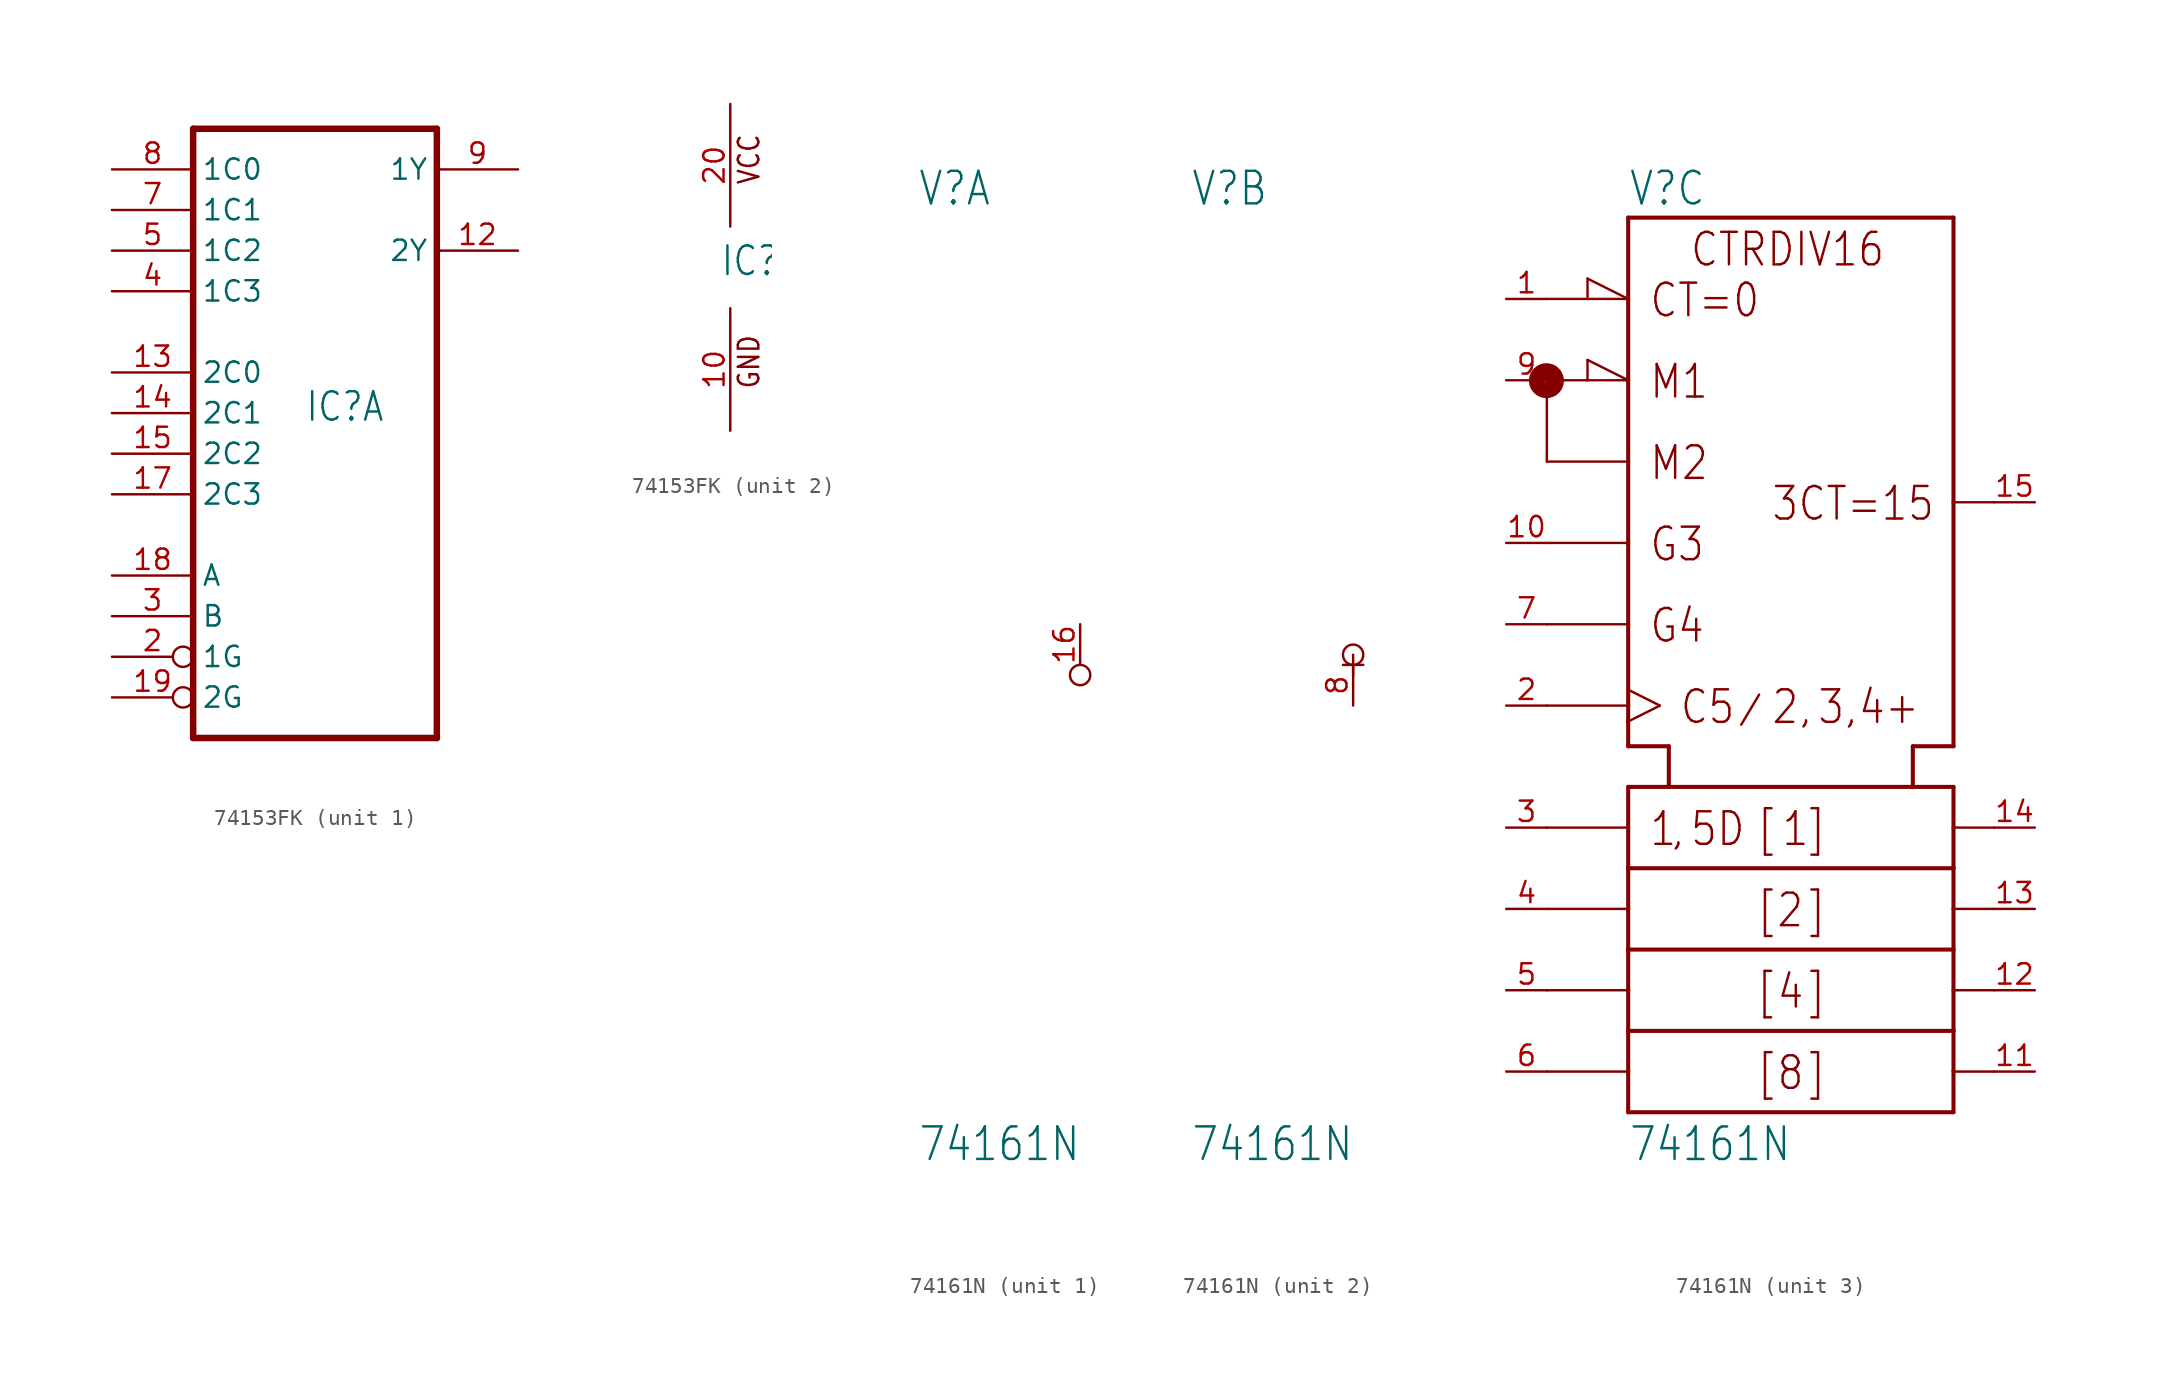
<source format=kicad_sym>
(kicad_symbol_lib
  (version 20211014)
  (generator kicad_symbol_editor)
  (symbol "74153FK"
    (property "Reference" "IC"
      (at -0.635 -0.635 0)
      (effects (font (size 1.778 1.511)) (justify left bottom)))
    (property "ki_locked" ""
      (at 0 0 0)
      (effects (font (size 1.27 1.27))))
    (symbol "74153FK_1_0"
      (polyline (pts (xy -7.62 -20.32) (xy 7.62 -20.32)) (stroke (width 0.406) (type default) (color 0 0 0 0)) (fill (type none)))
      (polyline (pts (xy -7.62 17.78) (xy -7.62 -20.32)) (stroke (width 0.406) (type default) (color 0 0 0 0)) (fill (type none)))
      (polyline (pts (xy 7.62 -20.32) (xy 7.62 17.78)) (stroke (width 0.406) (type default) (color 0 0 0 0)) (fill (type none)))
      (polyline (pts (xy 7.62 17.78) (xy -7.62 17.78)) (stroke (width 0.406) (type default) (color 0 0 0 0)) (fill (type none)))
      (pin output line (at 12.7 10.16 180) (length 5.08) (name "2Y" (effects (font (size 1.27 1.27)))) (number "12" (effects (font (size 1.27 1.27)))))
      (pin input line (at -12.7 2.54 0) (length 5.08) (name "2C0" (effects (font (size 1.27 1.27)))) (number "13" (effects (font (size 1.27 1.27)))))
      (pin input line (at -12.7 0 0) (length 5.08) (name "2C1" (effects (font (size 1.27 1.27)))) (number "14" (effects (font (size 1.27 1.27)))))
      (pin input line (at -12.7 -2.54 0) (length 5.08) (name "2C2" (effects (font (size 1.27 1.27)))) (number "15" (effects (font (size 1.27 1.27)))))
      (pin input line (at -12.7 -5.08 0) (length 5.08) (name "2C3" (effects (font (size 1.27 1.27)))) (number "17" (effects (font (size 1.27 1.27)))))
      (pin input line (at -12.7 -10.16 0) (length 5.08) (name "A" (effects (font (size 1.27 1.27)))) (number "18" (effects (font (size 1.27 1.27)))))
      (pin input inverted (at -12.7 -17.78 0) (length 5.08) (name "2G" (effects (font (size 1.27 1.27)))) (number "19" (effects (font (size 1.27 1.27)))))
      (pin input inverted (at -12.7 -15.24 0) (length 5.08) (name "1G" (effects (font (size 1.27 1.27)))) (number "2" (effects (font (size 1.27 1.27)))))
      (pin input line (at -12.7 -12.7 0) (length 5.08) (name "B" (effects (font (size 1.27 1.27)))) (number "3" (effects (font (size 1.27 1.27)))))
      (pin input line (at -12.7 7.62 0) (length 5.08) (name "1C3" (effects (font (size 1.27 1.27)))) (number "4" (effects (font (size 1.27 1.27)))))
      (pin input line (at -12.7 10.16 0) (length 5.08) (name "1C2" (effects (font (size 1.27 1.27)))) (number "5" (effects (font (size 1.27 1.27)))))
      (pin input line (at -12.7 12.7 0) (length 5.08) (name "1C1" (effects (font (size 1.27 1.27)))) (number "7" (effects (font (size 1.27 1.27)))))
      (pin input line (at -12.7 15.24 0) (length 5.08) (name "1C0" (effects (font (size 1.27 1.27)))) (number "8" (effects (font (size 1.27 1.27)))))
      (pin output line (at 12.7 15.24 180) (length 5.08) (name "1Y" (effects (font (size 1.27 1.27)))) (number "9" (effects (font (size 1.27 1.27))))))
    (symbol "74153FK_2_0"
      (text "GND" (at 1.905 -7.62 900) (effects (font (size 1.27 1.079)) (justify left bottom)))
      (text "VCC" (at 1.905 5.08 900) (effects (font (size 1.27 1.079)) (justify left bottom)))
      (pin power_in line (at 0 -10.16 90) (length 7.62) (name "GND" (effects (font (size 0 0)))) (number "10" (effects (font (size 1.27 1.27)))))
      (pin power_in line (at 0 10.16 270) (length 7.62) (name "VCC" (effects (font (size 0 0)))) (number "20" (effects (font (size 1.27 1.27)))))))
  (symbol "74161N"
    (property "Reference" "V"
      (at -10.16 28.575 0)
      (effects (font (size 2.032 1.727)) (justify left bottom)))
    (property "Value" "74161N"
      (at -10.16 -31.115 0)
      (effects (font (size 2.032 1.727)) (justify left bottom)))
    (property "ki_locked" ""
      (at 0 0 0)
      (effects (font (size 1.27 1.27))))
    (symbol "74161N_1_0"
      (circle (center 0 -0.635) (radius 0.635) (stroke (width 0.152) (type default) (color 0 0 0 0)) (fill (type none)))
      (pin power_in line (at 0 2.54 270) (length 2.54) (name "+UB" (effects (font (size 0 0)))) (number "16" (effects (font (size 1.27 1.27))))))
    (symbol "74161N_2_0"
      (polyline (pts (xy 0 -0.635) (xy 0 0.635)) (stroke (width 0) (type default) (color 0 0 0 0)) (fill (type none)))
      (polyline (pts (xy 0.635 0) (xy -0.635 0)) (stroke (width 0) (type default) (color 0 0 0 0)) (fill (type none)))
      (circle (center 0 0.635) (radius 0.635) (stroke (width 0.152) (type default) (color 0 0 0 0)) (fill (type none)))
      (pin power_in line (at 0 -2.54 90) (length 2.54) (name "-UB" (effects (font (size 0 0)))) (number "8" (effects (font (size 1.27 1.27))))))
    (symbol "74161N_3_0"
      (circle (center -15.265 17.755) (radius 0.102) (stroke (width 0.991) (type default) (color 0 0 0 0)) (fill (type none)))
      (polyline (pts (xy -15.24 -25.4) (xy -10.16 -25.4)) (stroke (width 0.152) (type default) (color 0 0 0 0)) (fill (type none)))
      (polyline (pts (xy -15.24 -20.32) (xy -10.16 -20.32)) (stroke (width 0.152) (type default) (color 0 0 0 0)) (fill (type none)))
      (polyline (pts (xy -15.24 -15.24) (xy -10.16 -15.24)) (stroke (width 0.152) (type default) (color 0 0 0 0)) (fill (type none)))
      (polyline (pts (xy -15.24 -10.16) (xy -10.16 -10.16)) (stroke (width 0.152) (type default) (color 0 0 0 0)) (fill (type none)))
      (polyline (pts (xy -15.24 -2.54) (xy -10.16 -2.54)) (stroke (width 0.152) (type default) (color 0 0 0 0)) (fill (type none)))
      (polyline (pts (xy -15.24 2.54) (xy -10.16 2.54)) (stroke (width 0.152) (type default) (color 0 0 0 0)) (fill (type none)))
      (polyline (pts (xy -15.24 7.62) (xy -10.16 7.62)) (stroke (width 0.152) (type default) (color 0 0 0 0)) (fill (type none)))
      (polyline (pts (xy -15.24 17.78) (xy -15.24 12.7)) (stroke (width 0.152) (type default) (color 0 0 0 0)) (fill (type none)))
      (polyline (pts (xy -15.24 17.78) (xy -10.16 17.78)) (stroke (width 0.152) (type default) (color 0 0 0 0)) (fill (type none)))
      (polyline (pts (xy -15.24 22.86) (xy -10.16 22.86)) (stroke (width 0.152) (type default) (color 0 0 0 0)) (fill (type none)))
      (polyline (pts (xy -12.7 19.05) (xy -12.7 17.78)) (stroke (width 0.152) (type default) (color 0 0 0 0)) (fill (type none)))
      (polyline (pts (xy -12.7 24.13) (xy -12.7 22.86)) (stroke (width 0.152) (type default) (color 0 0 0 0)) (fill (type none)))
      (polyline (pts (xy -10.16 -27.94) (xy -10.16 -25.4)) (stroke (width 0.254) (type default) (color 0 0 0 0)) (fill (type none)))
      (polyline (pts (xy -10.16 -27.94) (xy 10.16 -27.94)) (stroke (width 0.254) (type default) (color 0 0 0 0)) (fill (type none)))
      (polyline (pts (xy -10.16 -25.4) (xy -10.16 -22.86)) (stroke (width 0.254) (type default) (color 0 0 0 0)) (fill (type none)))
      (polyline (pts (xy -10.16 -22.86) (xy -10.16 -20.32)) (stroke (width 0.254) (type default) (color 0 0 0 0)) (fill (type none)))
      (polyline (pts (xy -10.16 -22.86) (xy 10.16 -22.86)) (stroke (width 0.254) (type default) (color 0 0 0 0)) (fill (type none)))
      (polyline (pts (xy -10.16 -20.32) (xy -10.16 -17.78)) (stroke (width 0.254) (type default) (color 0 0 0 0)) (fill (type none)))
      (polyline (pts (xy -10.16 -17.78) (xy -10.16 -15.24)) (stroke (width 0.254) (type default) (color 0 0 0 0)) (fill (type none)))
      (polyline (pts (xy -10.16 -17.78) (xy 10.16 -17.78)) (stroke (width 0.254) (type default) (color 0 0 0 0)) (fill (type none)))
      (polyline (pts (xy -10.16 -15.24) (xy -10.16 -12.7)) (stroke (width 0.254) (type default) (color 0 0 0 0)) (fill (type none)))
      (polyline (pts (xy -10.16 -12.7) (xy -10.16 -10.16)) (stroke (width 0.254) (type default) (color 0 0 0 0)) (fill (type none)))
      (polyline (pts (xy -10.16 -12.7) (xy 10.16 -12.7)) (stroke (width 0.254) (type default) (color 0 0 0 0)) (fill (type none)))
      (polyline (pts (xy -10.16 -10.16) (xy -10.16 -7.62)) (stroke (width 0.254) (type default) (color 0 0 0 0)) (fill (type none)))
      (polyline (pts (xy -10.16 -7.62) (xy -7.62 -7.62)) (stroke (width 0.254) (type default) (color 0 0 0 0)) (fill (type none)))
      (polyline (pts (xy -10.16 -5.08) (xy -10.16 -3.531)) (stroke (width 0.254) (type default) (color 0 0 0 0)) (fill (type none)))
      (polyline (pts (xy -10.16 -3.531) (xy -10.16 -2.54)) (stroke (width 0.254) (type default) (color 0 0 0 0)) (fill (type none)))
      (polyline (pts (xy -10.16 -2.54) (xy -10.16 2.54)) (stroke (width 0.254) (type default) (color 0 0 0 0)) (fill (type none)))
      (polyline (pts (xy -10.16 -1.549) (xy -8.179 -2.54)) (stroke (width 0.152) (type default) (color 0 0 0 0)) (fill (type none)))
      (polyline (pts (xy -10.16 2.54) (xy -10.16 7.62)) (stroke (width 0.254) (type default) (color 0 0 0 0)) (fill (type none)))
      (polyline (pts (xy -10.16 7.62) (xy -10.16 12.7)) (stroke (width 0.254) (type default) (color 0 0 0 0)) (fill (type none)))
      (polyline (pts (xy -10.16 12.7) (xy -15.24 12.7)) (stroke (width 0.152) (type default) (color 0 0 0 0)) (fill (type none)))
      (polyline (pts (xy -10.16 12.7) (xy -10.16 17.78)) (stroke (width 0.254) (type default) (color 0 0 0 0)) (fill (type none)))
      (polyline (pts (xy -10.16 17.78) (xy -12.7 19.05)) (stroke (width 0.152) (type default) (color 0 0 0 0)) (fill (type none)))
      (polyline (pts (xy -10.16 17.78) (xy -10.16 22.86)) (stroke (width 0.254) (type default) (color 0 0 0 0)) (fill (type none)))
      (polyline (pts (xy -10.16 22.86) (xy -12.7 24.13)) (stroke (width 0.152) (type default) (color 0 0 0 0)) (fill (type none)))
      (polyline (pts (xy -10.16 22.86) (xy -10.16 27.94)) (stroke (width 0.254) (type default) (color 0 0 0 0)) (fill (type none)))
      (polyline (pts (xy -8.179 -2.54) (xy -10.16 -3.531)) (stroke (width 0.152) (type default) (color 0 0 0 0)) (fill (type none)))
      (polyline (pts (xy -7.62 -7.62) (xy -7.62 -5.08)) (stroke (width 0.254) (type default) (color 0 0 0 0)) (fill (type none)))
      (polyline (pts (xy -7.62 -7.62) (xy 7.62 -7.62)) (stroke (width 0.254) (type default) (color 0 0 0 0)) (fill (type none)))
      (polyline (pts (xy -7.62 -5.08) (xy -10.16 -5.08)) (stroke (width 0.254) (type default) (color 0 0 0 0)) (fill (type none)))
      (polyline (pts (xy -3.099 -3.734) (xy -1.981 -1.854)) (stroke (width 0.152) (type default) (color 0 0 0 0)) (fill (type none)))
      (polyline (pts (xy 7.62 -7.62) (xy 7.62 -5.08)) (stroke (width 0.254) (type default) (color 0 0 0 0)) (fill (type none)))
      (polyline (pts (xy 7.62 -7.62) (xy 10.16 -7.62)) (stroke (width 0.254) (type default) (color 0 0 0 0)) (fill (type none)))
      (polyline (pts (xy 7.62 -5.08) (xy 10.16 -5.08)) (stroke (width 0.254) (type default) (color 0 0 0 0)) (fill (type none)))
      (polyline (pts (xy 10.16 -25.4) (xy 10.16 -27.94)) (stroke (width 0.254) (type default) (color 0 0 0 0)) (fill (type none)))
      (polyline (pts (xy 10.16 -25.4) (xy 12.7 -25.4)) (stroke (width 0.152) (type default) (color 0 0 0 0)) (fill (type none)))
      (polyline (pts (xy 10.16 -22.86) (xy 10.16 -25.4)) (stroke (width 0.254) (type default) (color 0 0 0 0)) (fill (type none)))
      (polyline (pts (xy 10.16 -20.32) (xy 10.16 -22.86)) (stroke (width 0.254) (type default) (color 0 0 0 0)) (fill (type none)))
      (polyline (pts (xy 10.16 -20.32) (xy 12.7 -20.32)) (stroke (width 0.152) (type default) (color 0 0 0 0)) (fill (type none)))
      (polyline (pts (xy 10.16 -17.78) (xy 10.16 -20.32)) (stroke (width 0.254) (type default) (color 0 0 0 0)) (fill (type none)))
      (polyline (pts (xy 10.16 -15.24) (xy 10.16 -17.78)) (stroke (width 0.254) (type default) (color 0 0 0 0)) (fill (type none)))
      (polyline (pts (xy 10.16 -15.24) (xy 12.7 -15.24)) (stroke (width 0.152) (type default) (color 0 0 0 0)) (fill (type none)))
      (polyline (pts (xy 10.16 -12.7) (xy 10.16 -15.24)) (stroke (width 0.254) (type default) (color 0 0 0 0)) (fill (type none)))
      (polyline (pts (xy 10.16 -10.16) (xy 10.16 -12.7)) (stroke (width 0.254) (type default) (color 0 0 0 0)) (fill (type none)))
      (polyline (pts (xy 10.16 -10.16) (xy 12.7 -10.16)) (stroke (width 0.152) (type default) (color 0 0 0 0)) (fill (type none)))
      (polyline (pts (xy 10.16 -7.62) (xy 10.16 -10.16)) (stroke (width 0.254) (type default) (color 0 0 0 0)) (fill (type none)))
      (polyline (pts (xy 10.16 10.16) (xy 10.16 -5.08)) (stroke (width 0.254) (type default) (color 0 0 0 0)) (fill (type none)))
      (polyline (pts (xy 10.16 10.16) (xy 12.7 10.16)) (stroke (width 0.152) (type default) (color 0 0 0 0)) (fill (type none)))
      (polyline (pts (xy 10.16 27.94) (xy -10.16 27.94)) (stroke (width 0.254) (type default) (color 0 0 0 0)) (fill (type none)))
      (polyline (pts (xy 10.16 27.94) (xy 10.16 10.16)) (stroke (width 0.254) (type default) (color 0 0 0 0)) (fill (type none)))
      (text "," (at -7.62 -11.43 0) (effects (font (size 2.032 1.727)) (justify left bottom)))
      (text "," (at 0.356 -3.81 0) (effects (font (size 2.032 1.727)) (justify left bottom)))
      (text "," (at 3.2 -3.81 0) (effects (font (size 2.032 1.727)) (justify left bottom)))
      (text "1" (at -8.89 -11.43 0) (effects (font (size 2.032 1.727)) (justify left bottom)))
      (text "1" (at -0.635 -11.43 0) (effects (font (size 2.032 1.727)) (justify left bottom)))
      (text "2" (at -1.27 -3.81 0) (effects (font (size 2.032 1.727)) (justify left bottom)))
      (text "2" (at -0.965 -16.51 0) (effects (font (size 2.032 1.727)) (justify left bottom)))
      (text "3" (at 1.6 -3.81 0) (effects (font (size 2.032 1.727)) (justify left bottom)))
      (text "3CT=15" (at -1.27 8.89 0) (effects (font (size 2.032 1.727)) (justify left bottom)))
      (text "4" (at -0.94 -21.59 0) (effects (font (size 2.032 1.727)) (justify left bottom)))
      (text "4+" (at 4.14 -3.81 0) (effects (font (size 2.032 1.727)) (justify left bottom)))
      (text "5D" (at -6.35 -11.43 0) (effects (font (size 2.032 1.727)) (justify left bottom)))
      (text "8" (at -0.94 -26.67 0) (effects (font (size 2.032 1.727)) (justify left bottom)))
      (text "[" (at -2.235 -21.59 0) (effects (font (size 2.032 1.727)) (justify left bottom)))
      (text "[" (at -2.21 -26.67 0) (effects (font (size 2.032 1.727)) (justify left bottom)))
      (text "[" (at -2.21 -16.51 0) (effects (font (size 2.032 1.727)) (justify left bottom)))
      (text "[" (at -2.21 -11.43 0) (effects (font (size 2.032 1.727)) (justify left bottom)))
      (text "]" (at 0.94 -26.67 0) (effects (font (size 2.032 1.727)) (justify left bottom)))
      (text "]" (at 0.94 -21.59 0) (effects (font (size 2.032 1.727)) (justify left bottom)))
      (text "]" (at 0.94 -16.51 0) (effects (font (size 2.032 1.727)) (justify left bottom)))
      (text "]" (at 0.94 -11.43 0) (effects (font (size 2.032 1.727)) (justify left bottom)))
      (text "C5" (at -6.985 -3.81 0) (effects (font (size 2.032 1.727)) (justify left bottom)))
      (text "CT=0" (at -8.89 21.59 0) (effects (font (size 2.032 1.727)) (justify left bottom)))
      (text "CTRDIV16" (at -6.35 24.765 0) (effects (font (size 2.032 1.727)) (justify left bottom)))
      (text "G3" (at -8.89 6.35 0) (effects (font (size 2.032 1.727)) (justify left bottom)))
      (text "G4" (at -8.89 1.27 0) (effects (font (size 2.032 1.727)) (justify left bottom)))
      (text "M1" (at -8.89 16.51 0) (effects (font (size 2.032 1.727)) (justify left bottom)))
      (text "M2" (at -8.89 11.43 0) (effects (font (size 2.032 1.727)) (justify left bottom)))
      (pin input line (at -17.78 22.86 0) (length 2.54) (name "~{CLR}" (effects (font (size 0 0)))) (number "1" (effects (font (size 1.27 1.27)))))
      (pin input line (at -17.78 7.62 0) (length 2.54) (name "ENT" (effects (font (size 0 0)))) (number "10" (effects (font (size 1.27 1.27)))))
      (pin output line (at 15.24 -25.4 180) (length 2.54) (name "QD" (effects (font (size 0 0)))) (number "11" (effects (font (size 1.27 1.27)))))
      (pin output line (at 15.24 -20.32 180) (length 2.54) (name "QC" (effects (font (size 0 0)))) (number "12" (effects (font (size 1.27 1.27)))))
      (pin output line (at 15.24 -15.24 180) (length 2.54) (name "QB" (effects (font (size 0 0)))) (number "13" (effects (font (size 1.27 1.27)))))
      (pin output line (at 15.24 -10.16 180) (length 2.54) (name "QA" (effects (font (size 0 0)))) (number "14" (effects (font (size 1.27 1.27)))))
      (pin output line (at 15.24 10.16 180) (length 2.54) (name "RCO" (effects (font (size 0 0)))) (number "15" (effects (font (size 1.27 1.27)))))
      (pin input line (at -17.78 -2.54 0) (length 2.54) (name "CLK" (effects (font (size 0 0)))) (number "2" (effects (font (size 1.27 1.27)))))
      (pin input line (at -17.78 -10.16 0) (length 2.54) (name "A" (effects (font (size 0 0)))) (number "3" (effects (font (size 1.27 1.27)))))
      (pin input line (at -17.78 -15.24 0) (length 2.54) (name "B" (effects (font (size 0 0)))) (number "4" (effects (font (size 1.27 1.27)))))
      (pin input line (at -17.78 -20.32 0) (length 2.54) (name "C" (effects (font (size 0 0)))) (number "5" (effects (font (size 1.27 1.27)))))
      (pin input line (at -17.78 -25.4 0) (length 2.54) (name "D" (effects (font (size 0 0)))) (number "6" (effects (font (size 1.27 1.27)))))
      (pin input line (at -17.78 2.54 0) (length 2.54) (name "ENP" (effects (font (size 0 0)))) (number "7" (effects (font (size 1.27 1.27)))))
      (pin input line (at -17.78 17.78 0) (length 2.54) (name "~{LOAD}" (effects (font (size 0 0)))) (number "9" (effects (font (size 1.27 1.27))))))))
</source>
